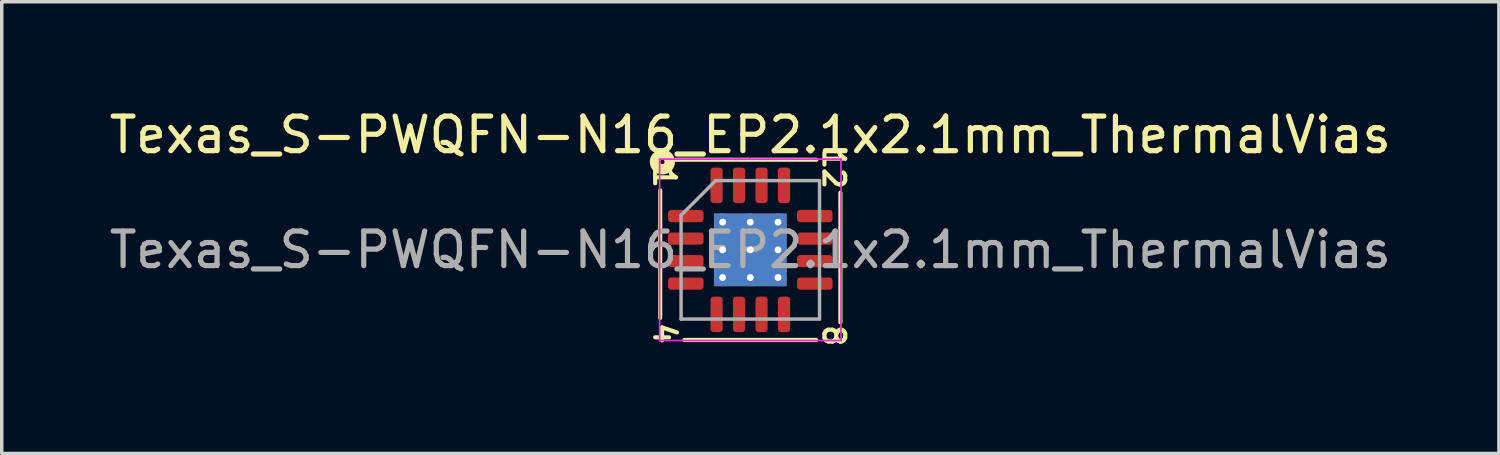
<source format=kicad_pcb>
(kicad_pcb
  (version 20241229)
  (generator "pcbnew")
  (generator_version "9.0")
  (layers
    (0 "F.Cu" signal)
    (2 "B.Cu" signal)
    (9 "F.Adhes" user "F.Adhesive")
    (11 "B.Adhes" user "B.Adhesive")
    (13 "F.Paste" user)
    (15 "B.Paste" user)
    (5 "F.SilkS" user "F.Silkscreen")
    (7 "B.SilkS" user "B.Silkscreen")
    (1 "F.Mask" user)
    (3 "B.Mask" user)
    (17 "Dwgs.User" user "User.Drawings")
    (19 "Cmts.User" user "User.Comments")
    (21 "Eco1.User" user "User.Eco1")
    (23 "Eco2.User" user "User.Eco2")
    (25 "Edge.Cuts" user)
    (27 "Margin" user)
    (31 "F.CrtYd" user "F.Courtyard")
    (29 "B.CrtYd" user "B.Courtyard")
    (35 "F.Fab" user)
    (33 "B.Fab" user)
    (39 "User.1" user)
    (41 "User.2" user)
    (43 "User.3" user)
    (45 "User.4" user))
  (footprint "Texas_S-PWQFN-N16_EP2.1x2.1mm_ThermalVias"
    (layer "F.Cu")
    (at 18.625 4.168)
    (property "Reference" "Texas_S-PWQFN-N16_EP2.1x2.1mm_ThermalVias" (at 0 -3.32 0) (layer "F.SilkS") (effects (font (size 1 1) (thickness 0.15))))
    (attr smd)
    (fp_line (start -2.603 -1.714) (end -2.603 1.968) (stroke (width 0.12) (type solid)) (layer "F.SilkS"))
    (fp_line (start -1.905 2.603) (end 1.905 2.603) (stroke (width 0.12) (type solid)) (layer "F.SilkS"))
    (fp_line (start 1.905 -2.603) (end -2.159 -2.603) (stroke (width 0.12) (type solid)) (layer "F.SilkS"))
    (fp_line (start 2.603 2.095) (end 2.603 -1.651) (stroke (width 0.12) (type solid)) (layer "F.SilkS"))
    (fp_circle (center -2.54 -2.54) (end -2.477 -2.54) (stroke (width 0.3) (type solid)) (fill no) (layer "F.SilkS"))
    (fp_line (start -2.62 -2.62) (end -2.62 2.62) (stroke (width 0.05) (type solid)) (layer "F.CrtYd"))
    (fp_line (start -2.62 2.62) (end 2.62 2.62) (stroke (width 0.05) (type solid)) (layer "F.CrtYd"))
    (fp_line (start 2.62 -2.62) (end -2.62 -2.62) (stroke (width 0.05) (type solid)) (layer "F.CrtYd"))
    (fp_line (start 2.62 2.62) (end 2.62 -2.62) (stroke (width 0.05) (type solid)) (layer "F.CrtYd"))
    (fp_line (start -2 -1) (end -1 -2) (stroke (width 0.1) (type solid)) (layer "F.Fab"))
    (fp_line (start -2 2) (end -2 -1) (stroke (width 0.1) (type solid)) (layer "F.Fab"))
    (fp_line (start -1 -2) (end 2 -2) (stroke (width 0.1) (type solid)) (layer "F.Fab"))
    (fp_line (start 2 -2) (end 2 2) (stroke (width 0.1) (type solid)) (layer "F.Fab"))
    (fp_line (start 2 2) (end -2 2) (stroke (width 0.1) (type solid)) (layer "F.Fab"))
    (fp_text user "8" (at 2.413 2.477 270) (unlocked yes) (layer "F.SilkS") (effects (font (size 0.6 0.6) (thickness 0.12))))
    (fp_text user "1" (at -2.477 -2.095 270) (unlocked yes) (layer "F.SilkS") (effects (font (size 0.6 0.6) (thickness 0.12))))
    (fp_text user "4" (at -2.477 2.413 270) (unlocked yes) (layer "F.SilkS") (effects (font (size 0.6 0.6) (thickness 0.12))))
    (fp_text user "12" (at 2.413 -2.349 270) (unlocked yes) (layer "F.SilkS") (effects (font (size 0.6 0.6) (thickness 0.12))))
    (fp_text user "${REFERENCE}" (at 0 0 0) (layer "F.Fab") (effects (font (size 1 1) (thickness 0.15))))
    (pad "" smd roundrect (at -0.525 -0.525) (size 0.88 0.88) (layers "F.Paste") (roundrect_rratio 0.25))
    (pad "" smd roundrect (at -0.525 0.525) (size 0.88 0.88) (layers "F.Paste") (roundrect_rratio 0.25))
    (pad "" smd roundrect (at 0.525 -0.525) (size 0.88 0.88) (layers "F.Paste") (roundrect_rratio 0.25))
    (pad "" smd roundrect (at 0.525 0.525) (size 0.88 0.88) (layers "F.Paste") (roundrect_rratio 0.25))
    (pad "1" smd roundrect (at -1.863 -0.975) (size 1.025 0.35) (layers "F.Cu" "F.Mask" "F.Paste") (roundrect_rratio 0.25))
    (pad "2" smd roundrect (at -1.863 -0.325) (size 1.025 0.35) (layers "F.Cu" "F.Mask" "F.Paste") (roundrect_rratio 0.25))
    (pad "3" smd roundrect (at -1.863 0.325) (size 1.025 0.35) (layers "F.Cu" "F.Mask" "F.Paste") (roundrect_rratio 0.25))
    (pad "4" smd roundrect (at -1.863 0.975) (size 1.025 0.35) (layers "F.Cu" "F.Mask" "F.Paste") (roundrect_rratio 0.25))
    (pad "5" smd roundrect (at -0.975 1.863) (size 0.35 1.025) (layers "F.Cu" "F.Mask" "F.Paste") (roundrect_rratio 0.25))
    (pad "6" smd roundrect (at -0.325 1.863) (size 0.35 1.025) (layers "F.Cu" "F.Mask" "F.Paste") (roundrect_rratio 0.25))
    (pad "7" smd roundrect (at 0.325 1.863) (size 0.35 1.025) (layers "F.Cu" "F.Mask" "F.Paste") (roundrect_rratio 0.25))
    (pad "8" smd roundrect (at 0.975 1.863) (size 0.35 1.025) (layers "F.Cu" "F.Mask" "F.Paste") (roundrect_rratio 0.25))
    (pad "9" smd roundrect (at 1.863 0.975) (size 1.025 0.35) (layers "F.Cu" "F.Mask" "F.Paste") (roundrect_rratio 0.25))
    (pad "10" smd roundrect (at 1.863 0.325) (size 1.025 0.35) (layers "F.Cu" "F.Mask" "F.Paste") (roundrect_rratio 0.25))
    (pad "11" smd roundrect (at 1.863 -0.325) (size 1.025 0.35) (layers "F.Cu" "F.Mask" "F.Paste") (roundrect_rratio 0.25))
    (pad "12" smd roundrect (at 1.863 -0.975) (size 1.025 0.35) (layers "F.Cu" "F.Mask" "F.Paste") (roundrect_rratio 0.25))
    (pad "13" smd roundrect (at 0.975 -1.863) (size 0.35 1.025) (layers "F.Cu" "F.Mask" "F.Paste") (roundrect_rratio 0.25))
    (pad "14" smd roundrect (at 0.325 -1.863) (size 0.35 1.025) (layers "F.Cu" "F.Mask" "F.Paste") (roundrect_rratio 0.25))
    (pad "15" smd roundrect (at -0.325 -1.863) (size 0.35 1.025) (layers "F.Cu" "F.Mask" "F.Paste") (roundrect_rratio 0.25))
    (pad "16" smd roundrect (at -0.975 -1.863) (size 0.35 1.025) (layers "F.Cu" "F.Mask" "F.Paste") (roundrect_rratio 0.25))
    (pad "17" thru_hole circle (at -0.8 -0.8) (size 0.5 0.5) (drill 0.2) (layers "*.Cu"))
    (pad "17" thru_hole circle (at -0.8 0) (size 0.5 0.5) (drill 0.2) (layers "*.Cu"))
    (pad "17" thru_hole circle (at -0.8 0.8) (size 0.5 0.5) (drill 0.2) (layers "*.Cu"))
    (pad "17" thru_hole circle (at 0 -0.8) (size 0.5 0.5) (drill 0.2) (layers "*.Cu"))
    (pad "17" thru_hole circle (at 0 0) (size 0.5 0.5) (drill 0.2) (layers "*.Cu"))
    (pad "17" smd rect (at 0 0) (size 2.1 2.1) (layers "F.Cu" "F.Mask"))
    (pad "17" smd rect (at 0 0) (size 2.1 2.1) (layers "B.Cu" "B.Mask"))
    (pad "17" thru_hole circle (at 0 0.8) (size 0.5 0.5) (drill 0.2) (layers "*.Cu"))
    (pad "17" thru_hole circle (at 0.8 -0.8) (size 0.5 0.5) (drill 0.2) (layers "*.Cu"))
    (pad "17" thru_hole circle (at 0.8 0) (size 0.5 0.5) (drill 0.2) (layers "*.Cu"))
    (pad "17" thru_hole circle (at 0.8 0.8) (size 0.5 0.5) (drill 0.2) (layers "*.Cu")))
  (gr_rect
    (start -3 -3)
    (end 40.25 10.05)
    (stroke (width 0.1) (type default))
    (fill no)
    (layer "Edge.Cuts")))
</source>
